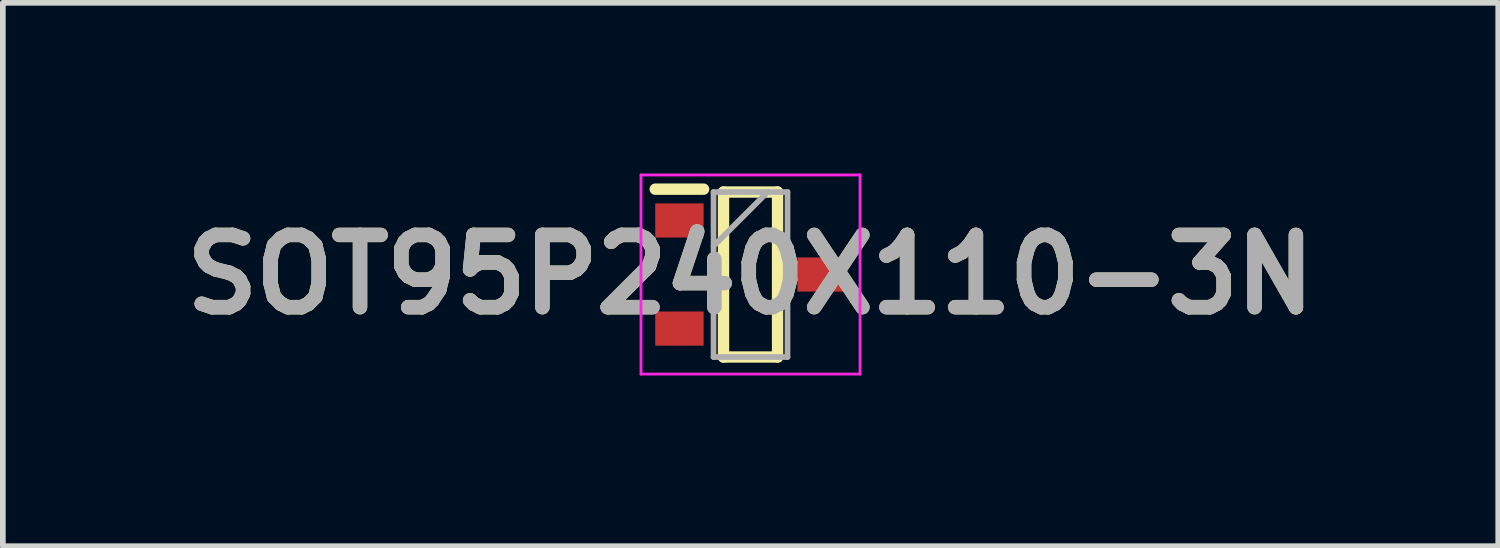
<source format=kicad_pcb>
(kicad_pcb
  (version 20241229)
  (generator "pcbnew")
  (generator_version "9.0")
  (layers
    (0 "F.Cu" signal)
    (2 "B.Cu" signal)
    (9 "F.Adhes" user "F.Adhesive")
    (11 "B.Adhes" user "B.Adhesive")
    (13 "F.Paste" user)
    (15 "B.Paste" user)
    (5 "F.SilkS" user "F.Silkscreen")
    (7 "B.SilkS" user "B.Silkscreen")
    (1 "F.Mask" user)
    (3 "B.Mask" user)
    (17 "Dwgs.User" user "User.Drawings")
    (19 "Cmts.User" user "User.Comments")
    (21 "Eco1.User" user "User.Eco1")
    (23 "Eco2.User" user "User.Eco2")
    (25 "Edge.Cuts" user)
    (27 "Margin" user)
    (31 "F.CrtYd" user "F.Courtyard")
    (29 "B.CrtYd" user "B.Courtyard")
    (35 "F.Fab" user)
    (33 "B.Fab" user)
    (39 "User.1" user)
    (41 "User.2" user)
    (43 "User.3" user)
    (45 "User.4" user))
  (footprint "SOT95P240X110-3N"
    (layer "F.Cu")
    (at 10.142 1.775)
    (property "Reference" "SOT95P240X110-3N" (at 0 0 0) (layer "F.SilkS") (effects (font (size 1.27 1.27) (thickness 0.254))))
    (attr smd)
    (fp_line (start -1.675 -1.5) (end -0.825 -1.5) (stroke (width 0.2) (type solid)) (layer "F.SilkS"))
    (fp_line (start -0.475 -1.45) (end 0.475 -1.45) (stroke (width 0.2) (type solid)) (layer "F.SilkS"))
    (fp_line (start -0.475 1.45) (end -0.475 -1.45) (stroke (width 0.2) (type solid)) (layer "F.SilkS"))
    (fp_line (start 0.475 -1.45) (end 0.475 1.45) (stroke (width 0.2) (type solid)) (layer "F.SilkS"))
    (fp_line (start 0.475 1.45) (end -0.475 1.45) (stroke (width 0.2) (type solid)) (layer "F.SilkS"))
    (fp_line (start -1.925 -1.75) (end 1.925 -1.75) (stroke (width 0.05) (type solid)) (layer "F.CrtYd"))
    (fp_line (start -1.925 1.75) (end -1.925 -1.75) (stroke (width 0.05) (type solid)) (layer "F.CrtYd"))
    (fp_line (start 1.925 -1.75) (end 1.925 1.75) (stroke (width 0.05) (type solid)) (layer "F.CrtYd"))
    (fp_line (start 1.925 1.75) (end -1.925 1.75) (stroke (width 0.05) (type solid)) (layer "F.CrtYd"))
    (fp_line (start -0.65 -1.45) (end 0.65 -1.45) (stroke (width 0.1) (type solid)) (layer "F.Fab"))
    (fp_line (start -0.65 -0.5) (end 0.3 -1.45) (stroke (width 0.1) (type solid)) (layer "F.Fab"))
    (fp_line (start -0.65 1.45) (end -0.65 -1.45) (stroke (width 0.1) (type solid)) (layer "F.Fab"))
    (fp_line (start 0.65 -1.45) (end 0.65 1.45) (stroke (width 0.1) (type solid)) (layer "F.Fab"))
    (fp_line (start 0.65 1.45) (end -0.65 1.45) (stroke (width 0.1) (type solid)) (layer "F.Fab"))
    (fp_text user "${REFERENCE}" (at 0 0 0) (layer "F.Fab") (effects (font (size 1.27 1.27) (thickness 0.254))))
    (pad "1" smd rect (at -1.25 -0.95 90) (size 0.6 0.85) (layers "F.Cu" "F.Mask" "F.Paste"))
    (pad "2" smd rect (at -1.25 0.95 90) (size 0.6 0.85) (layers "F.Cu" "F.Mask" "F.Paste"))
    (pad "3" smd rect (at 1.25 0 90) (size 0.6 0.85) (layers "F.Cu" "F.Mask" "F.Paste")))
  (gr_rect
    (start -3 -3)
    (end 23.284 6.55)
    (stroke (width 0.1) (type default))
    (fill no)
    (layer "Edge.Cuts")))
</source>
